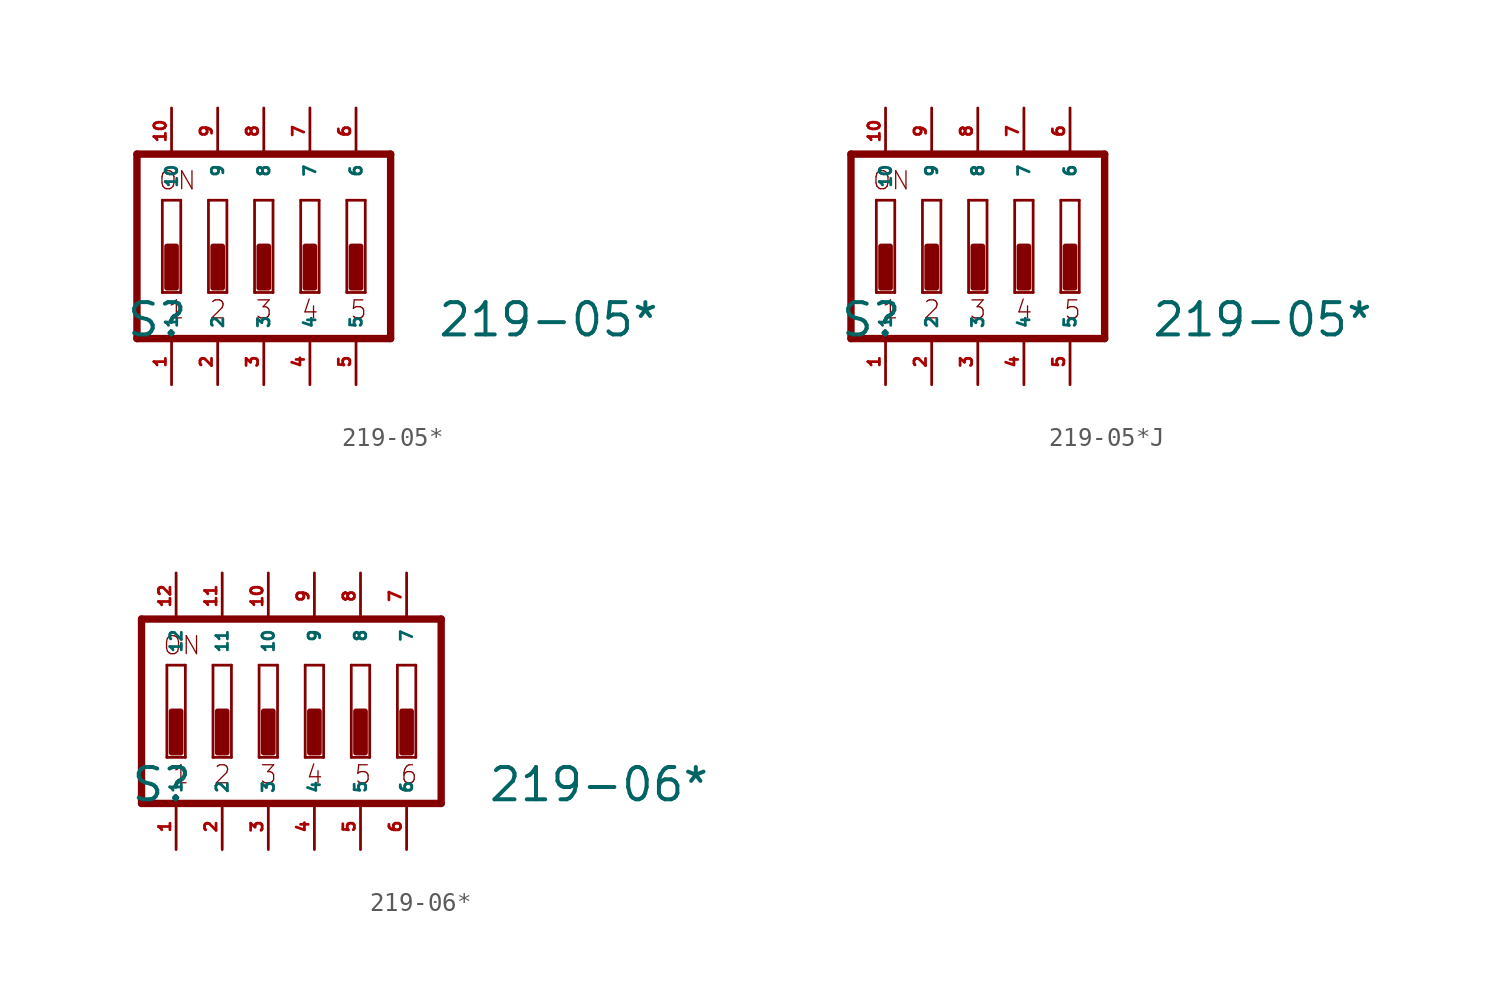
<source format=kicad_sym>
(kicad_symbol_lib
  (version 20220914)
  (generator Eagle2Kicad)
  (symbol "219-05*"
    (property "Reference" "S"
      (at -7.62 -5.08 0)
      (effects (font (size 1.778 1.778) (thickness 0.22)) (justify left bottom)))
    (property "Value" "219-05*"
      (at 9.525 -5.08 0)
      (effects (font (size 1.778 1.778) (thickness 0.22)) (justify left bottom)))
    (polyline
      (pts (xy 6.985 5.08) (xy -6.985 5.08))
      (stroke (width 0.406) (type default))
      (fill (type none)))
    (polyline
      (pts (xy -6.985 5.08) (xy -6.985 -5.08))
      (stroke (width 0.406) (type default))
      (fill (type none)))
    (polyline
      (pts (xy -6.985 -5.08) (xy 6.985 -5.08))
      (stroke (width 0.406) (type default))
      (fill (type none)))
    (polyline
      (pts (xy 6.985 -5.08) (xy 6.985 5.08))
      (stroke (width 0.406) (type default))
      (fill (type none)))
    (polyline
      (pts (xy -4.572 -2.54) (xy -5.588 -2.54))
      (stroke (width 0.152) (type default))
      (fill (type none)))
    (polyline
      (pts (xy -5.588 2.54) (xy -4.572 2.54))
      (stroke (width 0.152) (type default))
      (fill (type none)))
    (polyline
      (pts (xy -4.572 2.54) (xy -4.572 -2.54))
      (stroke (width 0.152) (type default))
      (fill (type none)))
    (polyline
      (pts (xy -5.588 -2.54) (xy -5.588 2.54))
      (stroke (width 0.152) (type default))
      (fill (type none)))
    (polyline
      (pts (xy -2.032 -2.54) (xy -3.048 -2.54))
      (stroke (width 0.152) (type default))
      (fill (type none)))
    (polyline
      (pts (xy -3.048 2.54) (xy -2.032 2.54))
      (stroke (width 0.152) (type default))
      (fill (type none)))
    (polyline
      (pts (xy -2.032 2.54) (xy -2.032 -2.54))
      (stroke (width 0.152) (type default))
      (fill (type none)))
    (polyline
      (pts (xy -3.048 -2.54) (xy -3.048 2.54))
      (stroke (width 0.152) (type default))
      (fill (type none)))
    (polyline
      (pts (xy 0.508 -2.54) (xy -0.508 -2.54))
      (stroke (width 0.152) (type default))
      (fill (type none)))
    (polyline
      (pts (xy -0.508 2.54) (xy 0.508 2.54))
      (stroke (width 0.152) (type default))
      (fill (type none)))
    (polyline
      (pts (xy 0.508 2.54) (xy 0.508 -2.54))
      (stroke (width 0.152) (type default))
      (fill (type none)))
    (polyline
      (pts (xy -0.508 -2.54) (xy -0.508 2.54))
      (stroke (width 0.152) (type default))
      (fill (type none)))
    (polyline
      (pts (xy 3.048 -2.54) (xy 2.032 -2.54))
      (stroke (width 0.152) (type default))
      (fill (type none)))
    (polyline
      (pts (xy 2.032 2.54) (xy 3.048 2.54))
      (stroke (width 0.152) (type default))
      (fill (type none)))
    (polyline
      (pts (xy 3.048 2.54) (xy 3.048 -2.54))
      (stroke (width 0.152) (type default))
      (fill (type none)))
    (polyline
      (pts (xy 2.032 -2.54) (xy 2.032 2.54))
      (stroke (width 0.152) (type default))
      (fill (type none)))
    (polyline
      (pts (xy 5.588 -2.54) (xy 4.572 -2.54))
      (stroke (width 0.152) (type default))
      (fill (type none)))
    (polyline
      (pts (xy 4.572 2.54) (xy 5.588 2.54))
      (stroke (width 0.152) (type default))
      (fill (type none)))
    (polyline
      (pts (xy 5.588 2.54) (xy 5.588 -2.54))
      (stroke (width 0.152) (type default))
      (fill (type none)))
    (polyline
      (pts (xy 4.572 -2.54) (xy 4.572 2.54))
      (stroke (width 0.152) (type default))
      (fill (type none)))
    (text "1"
      (at -5.334 -4.064 0)
      (effects (font (size 0.991 0.991) (thickness 0.07)) (justify left bottom)))
    (text "2"
      (at -3.048 -4.064 0)
      (effects (font (size 0.991 0.991) (thickness 0.07)) (justify left bottom)))
    (text "3"
      (at -0.508 -4.064 0)
      (effects (font (size 0.991 0.991) (thickness 0.07)) (justify left bottom)))
    (text "4"
      (at 2.032 -4.064 0)
      (effects (font (size 0.991 0.991) (thickness 0.07)) (justify left bottom)))
    (text "5"
      (at 4.699 -4.064 0)
      (effects (font (size 0.991 0.991) (thickness 0.07)) (justify left bottom)))
    (text "ON"
      (at -5.842 3.048 0)
      (effects (font (size 0.991 0.991) (thickness 0.07)) (justify left bottom)))
    (rectangle
      (start -5.334 -2.286)
      (end -4.826 0)
      (stroke (width 0.3) (type default))
      (fill (type outline)))
    (rectangle
      (start -2.794 -2.286)
      (end -2.286 0)
      (stroke (width 0.3) (type default))
      (fill (type outline)))
    (rectangle
      (start -0.254 -2.286)
      (end 0.254 0)
      (stroke (width 0.3) (type default))
      (fill (type outline)))
    (rectangle
      (start 2.286 -2.286)
      (end 2.794 0)
      (stroke (width 0.3) (type default))
      (fill (type outline)))
    (rectangle
      (start 4.826 -2.286)
      (end 5.334 0)
      (stroke (width 0.3) (type default))
      (fill (type outline)))
    (pin passive line
      (at 5.08 7.62 270)
      (length 2.54)
      (name "6" (effects (font (size 0.635 0.635) (thickness 0.08)) (justify left bottom)))
      (number "6" (effects (font (size 0.635 0.635) (thickness 0.08)) (justify left bottom))))
    (pin passive line
      (at 2.54 7.62 270)
      (length 2.54)
      (name "7" (effects (font (size 0.635 0.635) (thickness 0.08)) (justify left bottom)))
      (number "7" (effects (font (size 0.635 0.635) (thickness 0.08)) (justify left bottom))))
    (pin passive line
      (at 0 7.62 270)
      (length 2.54)
      (name "8" (effects (font (size 0.635 0.635) (thickness 0.08)) (justify left bottom)))
      (number "8" (effects (font (size 0.635 0.635) (thickness 0.08)) (justify left bottom))))
    (pin passive line
      (at -2.54 7.62 270)
      (length 2.54)
      (name "9" (effects (font (size 0.635 0.635) (thickness 0.08)) (justify left bottom)))
      (number "9" (effects (font (size 0.635 0.635) (thickness 0.08)) (justify left bottom))))
    (pin passive line
      (at -5.08 7.62 270)
      (length 2.54)
      (name "10" (effects (font (size 0.635 0.635) (thickness 0.08)) (justify left bottom)))
      (number "10" (effects (font (size 0.635 0.635) (thickness 0.08)) (justify left bottom))))
    (pin passive line
      (at -5.08 -7.62 90)
      (length 2.54)
      (name "1" (effects (font (size 0.635 0.635) (thickness 0.08)) (justify left bottom)))
      (number "1" (effects (font (size 0.635 0.635) (thickness 0.08)) (justify left bottom))))
    (pin passive line
      (at -2.54 -7.62 90)
      (length 2.54)
      (name "2" (effects (font (size 0.635 0.635) (thickness 0.08)) (justify left bottom)))
      (number "2" (effects (font (size 0.635 0.635) (thickness 0.08)) (justify left bottom))))
    (pin passive line
      (at 0 -7.62 90)
      (length 2.54)
      (name "3" (effects (font (size 0.635 0.635) (thickness 0.08)) (justify left bottom)))
      (number "3" (effects (font (size 0.635 0.635) (thickness 0.08)) (justify left bottom))))
    (pin passive line
      (at 2.54 -7.62 90)
      (length 2.54)
      (name "4" (effects (font (size 0.635 0.635) (thickness 0.08)) (justify left bottom)))
      (number "4" (effects (font (size 0.635 0.635) (thickness 0.08)) (justify left bottom))))
    (pin passive line
      (at 5.08 -7.62 90)
      (length 2.54)
      (name "5" (effects (font (size 0.635 0.635) (thickness 0.08)) (justify left bottom)))
      (number "5" (effects (font (size 0.635 0.635) (thickness 0.08)) (justify left bottom)))))
  (symbol "219-05*J"
    (property "Reference" "S"
      (at -7.62 -5.08 0)
      (effects (font (size 1.778 1.778) (thickness 0.22)) (justify left bottom)))
    (property "Value" "219-05*"
      (at 9.525 -5.08 0)
      (effects (font (size 1.778 1.778) (thickness 0.22)) (justify left bottom)))
    (polyline
      (pts (xy 6.985 5.08) (xy -6.985 5.08))
      (stroke (width 0.406) (type default))
      (fill (type none)))
    (polyline
      (pts (xy -6.985 5.08) (xy -6.985 -5.08))
      (stroke (width 0.406) (type default))
      (fill (type none)))
    (polyline
      (pts (xy -6.985 -5.08) (xy 6.985 -5.08))
      (stroke (width 0.406) (type default))
      (fill (type none)))
    (polyline
      (pts (xy 6.985 -5.08) (xy 6.985 5.08))
      (stroke (width 0.406) (type default))
      (fill (type none)))
    (polyline
      (pts (xy -4.572 -2.54) (xy -5.588 -2.54))
      (stroke (width 0.152) (type default))
      (fill (type none)))
    (polyline
      (pts (xy -5.588 2.54) (xy -4.572 2.54))
      (stroke (width 0.152) (type default))
      (fill (type none)))
    (polyline
      (pts (xy -4.572 2.54) (xy -4.572 -2.54))
      (stroke (width 0.152) (type default))
      (fill (type none)))
    (polyline
      (pts (xy -5.588 -2.54) (xy -5.588 2.54))
      (stroke (width 0.152) (type default))
      (fill (type none)))
    (polyline
      (pts (xy -2.032 -2.54) (xy -3.048 -2.54))
      (stroke (width 0.152) (type default))
      (fill (type none)))
    (polyline
      (pts (xy -3.048 2.54) (xy -2.032 2.54))
      (stroke (width 0.152) (type default))
      (fill (type none)))
    (polyline
      (pts (xy -2.032 2.54) (xy -2.032 -2.54))
      (stroke (width 0.152) (type default))
      (fill (type none)))
    (polyline
      (pts (xy -3.048 -2.54) (xy -3.048 2.54))
      (stroke (width 0.152) (type default))
      (fill (type none)))
    (polyline
      (pts (xy 0.508 -2.54) (xy -0.508 -2.54))
      (stroke (width 0.152) (type default))
      (fill (type none)))
    (polyline
      (pts (xy -0.508 2.54) (xy 0.508 2.54))
      (stroke (width 0.152) (type default))
      (fill (type none)))
    (polyline
      (pts (xy 0.508 2.54) (xy 0.508 -2.54))
      (stroke (width 0.152) (type default))
      (fill (type none)))
    (polyline
      (pts (xy -0.508 -2.54) (xy -0.508 2.54))
      (stroke (width 0.152) (type default))
      (fill (type none)))
    (polyline
      (pts (xy 3.048 -2.54) (xy 2.032 -2.54))
      (stroke (width 0.152) (type default))
      (fill (type none)))
    (polyline
      (pts (xy 2.032 2.54) (xy 3.048 2.54))
      (stroke (width 0.152) (type default))
      (fill (type none)))
    (polyline
      (pts (xy 3.048 2.54) (xy 3.048 -2.54))
      (stroke (width 0.152) (type default))
      (fill (type none)))
    (polyline
      (pts (xy 2.032 -2.54) (xy 2.032 2.54))
      (stroke (width 0.152) (type default))
      (fill (type none)))
    (polyline
      (pts (xy 5.588 -2.54) (xy 4.572 -2.54))
      (stroke (width 0.152) (type default))
      (fill (type none)))
    (polyline
      (pts (xy 4.572 2.54) (xy 5.588 2.54))
      (stroke (width 0.152) (type default))
      (fill (type none)))
    (polyline
      (pts (xy 5.588 2.54) (xy 5.588 -2.54))
      (stroke (width 0.152) (type default))
      (fill (type none)))
    (polyline
      (pts (xy 4.572 -2.54) (xy 4.572 2.54))
      (stroke (width 0.152) (type default))
      (fill (type none)))
    (text "1"
      (at -5.334 -4.064 0)
      (effects (font (size 0.991 0.991) (thickness 0.07)) (justify left bottom)))
    (text "2"
      (at -3.048 -4.064 0)
      (effects (font (size 0.991 0.991) (thickness 0.07)) (justify left bottom)))
    (text "3"
      (at -0.508 -4.064 0)
      (effects (font (size 0.991 0.991) (thickness 0.07)) (justify left bottom)))
    (text "4"
      (at 2.032 -4.064 0)
      (effects (font (size 0.991 0.991) (thickness 0.07)) (justify left bottom)))
    (text "5"
      (at 4.699 -4.064 0)
      (effects (font (size 0.991 0.991) (thickness 0.07)) (justify left bottom)))
    (text "ON"
      (at -5.842 3.048 0)
      (effects (font (size 0.991 0.991) (thickness 0.07)) (justify left bottom)))
    (rectangle
      (start -5.334 -2.286)
      (end -4.826 0)
      (stroke (width 0.3) (type default))
      (fill (type outline)))
    (rectangle
      (start -2.794 -2.286)
      (end -2.286 0)
      (stroke (width 0.3) (type default))
      (fill (type outline)))
    (rectangle
      (start -0.254 -2.286)
      (end 0.254 0)
      (stroke (width 0.3) (type default))
      (fill (type outline)))
    (rectangle
      (start 2.286 -2.286)
      (end 2.794 0)
      (stroke (width 0.3) (type default))
      (fill (type outline)))
    (rectangle
      (start 4.826 -2.286)
      (end 5.334 0)
      (stroke (width 0.3) (type default))
      (fill (type outline)))
    (pin passive line
      (at 5.08 7.62 270)
      (length 2.54)
      (name "6" (effects (font (size 0.635 0.635) (thickness 0.08)) (justify left bottom)))
      (number "6" (effects (font (size 0.635 0.635) (thickness 0.08)) (justify left bottom))))
    (pin passive line
      (at 2.54 7.62 270)
      (length 2.54)
      (name "7" (effects (font (size 0.635 0.635) (thickness 0.08)) (justify left bottom)))
      (number "7" (effects (font (size 0.635 0.635) (thickness 0.08)) (justify left bottom))))
    (pin passive line
      (at 0 7.62 270)
      (length 2.54)
      (name "8" (effects (font (size 0.635 0.635) (thickness 0.08)) (justify left bottom)))
      (number "8" (effects (font (size 0.635 0.635) (thickness 0.08)) (justify left bottom))))
    (pin passive line
      (at -2.54 7.62 270)
      (length 2.54)
      (name "9" (effects (font (size 0.635 0.635) (thickness 0.08)) (justify left bottom)))
      (number "9" (effects (font (size 0.635 0.635) (thickness 0.08)) (justify left bottom))))
    (pin passive line
      (at -5.08 7.62 270)
      (length 2.54)
      (name "10" (effects (font (size 0.635 0.635) (thickness 0.08)) (justify left bottom)))
      (number "10" (effects (font (size 0.635 0.635) (thickness 0.08)) (justify left bottom))))
    (pin passive line
      (at -5.08 -7.62 90)
      (length 2.54)
      (name "1" (effects (font (size 0.635 0.635) (thickness 0.08)) (justify left bottom)))
      (number "1" (effects (font (size 0.635 0.635) (thickness 0.08)) (justify left bottom))))
    (pin passive line
      (at -2.54 -7.62 90)
      (length 2.54)
      (name "2" (effects (font (size 0.635 0.635) (thickness 0.08)) (justify left bottom)))
      (number "2" (effects (font (size 0.635 0.635) (thickness 0.08)) (justify left bottom))))
    (pin passive line
      (at 0 -7.62 90)
      (length 2.54)
      (name "3" (effects (font (size 0.635 0.635) (thickness 0.08)) (justify left bottom)))
      (number "3" (effects (font (size 0.635 0.635) (thickness 0.08)) (justify left bottom))))
    (pin passive line
      (at 2.54 -7.62 90)
      (length 2.54)
      (name "4" (effects (font (size 0.635 0.635) (thickness 0.08)) (justify left bottom)))
      (number "4" (effects (font (size 0.635 0.635) (thickness 0.08)) (justify left bottom))))
    (pin passive line
      (at 5.08 -7.62 90)
      (length 2.54)
      (name "5" (effects (font (size 0.635 0.635) (thickness 0.08)) (justify left bottom)))
      (number "5" (effects (font (size 0.635 0.635) (thickness 0.08)) (justify left bottom)))))
  (symbol "219-06*"
    (property "Reference" "S"
      (at -10.16 -5.08 0)
      (effects (font (size 1.778 1.778) (thickness 0.22)) (justify left bottom)))
    (property "Value" "219-06*"
      (at 9.525 -5.08 0)
      (effects (font (size 1.778 1.778) (thickness 0.22)) (justify left bottom)))
    (polyline
      (pts (xy 6.985 5.08) (xy -9.525 5.08))
      (stroke (width 0.406) (type default))
      (fill (type none)))
    (polyline
      (pts (xy -9.525 5.08) (xy -9.525 -5.08))
      (stroke (width 0.406) (type default))
      (fill (type none)))
    (polyline
      (pts (xy -9.525 -5.08) (xy 6.985 -5.08))
      (stroke (width 0.406) (type default))
      (fill (type none)))
    (polyline
      (pts (xy 6.985 -5.08) (xy 6.985 5.08))
      (stroke (width 0.406) (type default))
      (fill (type none)))
    (polyline
      (pts (xy -7.112 -2.54) (xy -8.128 -2.54))
      (stroke (width 0.152) (type default))
      (fill (type none)))
    (polyline
      (pts (xy -8.128 2.54) (xy -7.112 2.54))
      (stroke (width 0.152) (type default))
      (fill (type none)))
    (polyline
      (pts (xy -7.112 2.54) (xy -7.112 -2.54))
      (stroke (width 0.152) (type default))
      (fill (type none)))
    (polyline
      (pts (xy -8.128 -2.54) (xy -8.128 2.54))
      (stroke (width 0.152) (type default))
      (fill (type none)))
    (polyline
      (pts (xy -4.572 -2.54) (xy -5.588 -2.54))
      (stroke (width 0.152) (type default))
      (fill (type none)))
    (polyline
      (pts (xy -5.588 2.54) (xy -4.572 2.54))
      (stroke (width 0.152) (type default))
      (fill (type none)))
    (polyline
      (pts (xy -4.572 2.54) (xy -4.572 -2.54))
      (stroke (width 0.152) (type default))
      (fill (type none)))
    (polyline
      (pts (xy -5.588 -2.54) (xy -5.588 2.54))
      (stroke (width 0.152) (type default))
      (fill (type none)))
    (polyline
      (pts (xy -2.032 -2.54) (xy -3.048 -2.54))
      (stroke (width 0.152) (type default))
      (fill (type none)))
    (polyline
      (pts (xy -3.048 2.54) (xy -2.032 2.54))
      (stroke (width 0.152) (type default))
      (fill (type none)))
    (polyline
      (pts (xy -2.032 2.54) (xy -2.032 -2.54))
      (stroke (width 0.152) (type default))
      (fill (type none)))
    (polyline
      (pts (xy -3.048 -2.54) (xy -3.048 2.54))
      (stroke (width 0.152) (type default))
      (fill (type none)))
    (polyline
      (pts (xy 0.508 -2.54) (xy -0.508 -2.54))
      (stroke (width 0.152) (type default))
      (fill (type none)))
    (polyline
      (pts (xy -0.508 2.54) (xy 0.508 2.54))
      (stroke (width 0.152) (type default))
      (fill (type none)))
    (polyline
      (pts (xy 0.508 2.54) (xy 0.508 -2.54))
      (stroke (width 0.152) (type default))
      (fill (type none)))
    (polyline
      (pts (xy -0.508 -2.54) (xy -0.508 2.54))
      (stroke (width 0.152) (type default))
      (fill (type none)))
    (polyline
      (pts (xy 3.048 -2.54) (xy 2.032 -2.54))
      (stroke (width 0.152) (type default))
      (fill (type none)))
    (polyline
      (pts (xy 2.032 2.54) (xy 3.048 2.54))
      (stroke (width 0.152) (type default))
      (fill (type none)))
    (polyline
      (pts (xy 3.048 2.54) (xy 3.048 -2.54))
      (stroke (width 0.152) (type default))
      (fill (type none)))
    (polyline
      (pts (xy 2.032 -2.54) (xy 2.032 2.54))
      (stroke (width 0.152) (type default))
      (fill (type none)))
    (polyline
      (pts (xy 5.588 -2.54) (xy 4.572 -2.54))
      (stroke (width 0.152) (type default))
      (fill (type none)))
    (polyline
      (pts (xy 4.572 2.54) (xy 5.588 2.54))
      (stroke (width 0.152) (type default))
      (fill (type none)))
    (polyline
      (pts (xy 5.588 2.54) (xy 5.588 -2.54))
      (stroke (width 0.152) (type default))
      (fill (type none)))
    (polyline
      (pts (xy 4.572 -2.54) (xy 4.572 2.54))
      (stroke (width 0.152) (type default))
      (fill (type none)))
    (text "1"
      (at -7.874 -4.064 0)
      (effects (font (size 0.991 0.991) (thickness 0.07)) (justify left bottom)))
    (text "2"
      (at -5.588 -4.064 0)
      (effects (font (size 0.991 0.991) (thickness 0.07)) (justify left bottom)))
    (text "3"
      (at -3.048 -4.064 0)
      (effects (font (size 0.991 0.991) (thickness 0.07)) (justify left bottom)))
    (text "4"
      (at -0.508 -4.064 0)
      (effects (font (size 0.991 0.991) (thickness 0.07)) (justify left bottom)))
    (text "5"
      (at 2.159 -4.064 0)
      (effects (font (size 0.991 0.991) (thickness 0.07)) (justify left bottom)))
    (text "6"
      (at 4.699 -4.064 0)
      (effects (font (size 0.991 0.991) (thickness 0.07)) (justify left bottom)))
    (text "ON"
      (at -8.382 3.048 0)
      (effects (font (size 0.991 0.991) (thickness 0.07)) (justify left bottom)))
    (rectangle
      (start -7.874 -2.286)
      (end -7.366 0)
      (stroke (width 0.3) (type default))
      (fill (type outline)))
    (rectangle
      (start -5.334 -2.286)
      (end -4.826 0)
      (stroke (width 0.3) (type default))
      (fill (type outline)))
    (rectangle
      (start -2.794 -2.286)
      (end -2.286 0)
      (stroke (width 0.3) (type default))
      (fill (type outline)))
    (rectangle
      (start -0.254 -2.286)
      (end 0.254 0)
      (stroke (width 0.3) (type default))
      (fill (type outline)))
    (rectangle
      (start 2.286 -2.286)
      (end 2.794 0)
      (stroke (width 0.3) (type default))
      (fill (type outline)))
    (rectangle
      (start 4.826 -2.286)
      (end 5.334 0)
      (stroke (width 0.3) (type default))
      (fill (type outline)))
    (pin passive line
      (at 5.08 7.62 270)
      (length 2.54)
      (name "7" (effects (font (size 0.635 0.635) (thickness 0.08)) (justify left bottom)))
      (number "7" (effects (font (size 0.635 0.635) (thickness 0.08)) (justify left bottom))))
    (pin passive line
      (at 2.54 7.62 270)
      (length 2.54)
      (name "8" (effects (font (size 0.635 0.635) (thickness 0.08)) (justify left bottom)))
      (number "8" (effects (font (size 0.635 0.635) (thickness 0.08)) (justify left bottom))))
    (pin passive line
      (at 0 7.62 270)
      (length 2.54)
      (name "9" (effects (font (size 0.635 0.635) (thickness 0.08)) (justify left bottom)))
      (number "9" (effects (font (size 0.635 0.635) (thickness 0.08)) (justify left bottom))))
    (pin passive line
      (at -2.54 7.62 270)
      (length 2.54)
      (name "10" (effects (font (size 0.635 0.635) (thickness 0.08)) (justify left bottom)))
      (number "10" (effects (font (size 0.635 0.635) (thickness 0.08)) (justify left bottom))))
    (pin passive line
      (at -5.08 7.62 270)
      (length 2.54)
      (name "11" (effects (font (size 0.635 0.635) (thickness 0.08)) (justify left bottom)))
      (number "11" (effects (font (size 0.635 0.635) (thickness 0.08)) (justify left bottom))))
    (pin passive line
      (at -7.62 7.62 270)
      (length 2.54)
      (name "12" (effects (font (size 0.635 0.635) (thickness 0.08)) (justify left bottom)))
      (number "12" (effects (font (size 0.635 0.635) (thickness 0.08)) (justify left bottom))))
    (pin passive line
      (at -7.62 -7.62 90)
      (length 2.54)
      (name "1" (effects (font (size 0.635 0.635) (thickness 0.08)) (justify left bottom)))
      (number "1" (effects (font (size 0.635 0.635) (thickness 0.08)) (justify left bottom))))
    (pin passive line
      (at -5.08 -7.62 90)
      (length 2.54)
      (name "2" (effects (font (size 0.635 0.635) (thickness 0.08)) (justify left bottom)))
      (number "2" (effects (font (size 0.635 0.635) (thickness 0.08)) (justify left bottom))))
    (pin passive line
      (at -2.54 -7.62 90)
      (length 2.54)
      (name "3" (effects (font (size 0.635 0.635) (thickness 0.08)) (justify left bottom)))
      (number "3" (effects (font (size 0.635 0.635) (thickness 0.08)) (justify left bottom))))
    (pin passive line
      (at 0 -7.62 90)
      (length 2.54)
      (name "4" (effects (font (size 0.635 0.635) (thickness 0.08)) (justify left bottom)))
      (number "4" (effects (font (size 0.635 0.635) (thickness 0.08)) (justify left bottom))))
    (pin passive line
      (at 2.54 -7.62 90)
      (length 2.54)
      (name "5" (effects (font (size 0.635 0.635) (thickness 0.08)) (justify left bottom)))
      (number "5" (effects (font (size 0.635 0.635) (thickness 0.08)) (justify left bottom))))
    (pin passive line
      (at 5.08 -7.62 90)
      (length 2.54)
      (name "6" (effects (font (size 0.635 0.635) (thickness 0.08)) (justify left bottom)))
      (number "6" (effects (font (size 0.635 0.635) (thickness 0.08)) (justify left bottom))))))
</source>
